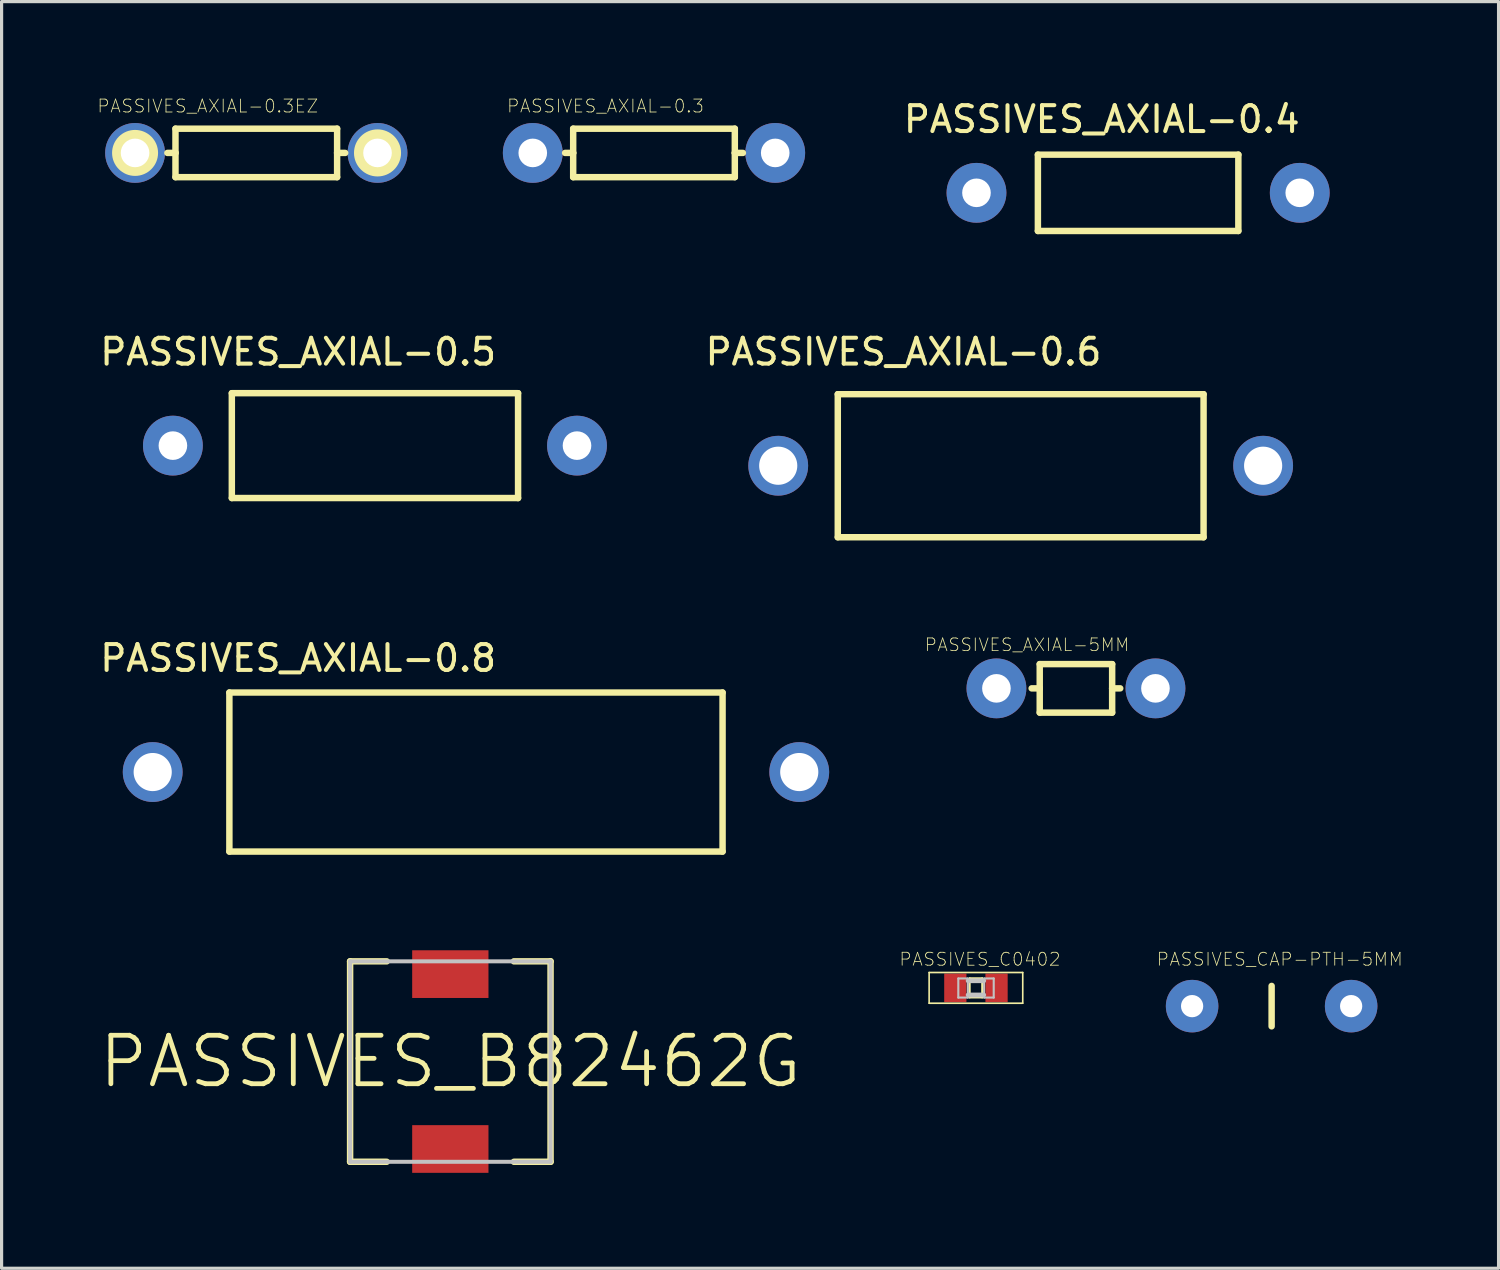
<source format=kicad_pcb>
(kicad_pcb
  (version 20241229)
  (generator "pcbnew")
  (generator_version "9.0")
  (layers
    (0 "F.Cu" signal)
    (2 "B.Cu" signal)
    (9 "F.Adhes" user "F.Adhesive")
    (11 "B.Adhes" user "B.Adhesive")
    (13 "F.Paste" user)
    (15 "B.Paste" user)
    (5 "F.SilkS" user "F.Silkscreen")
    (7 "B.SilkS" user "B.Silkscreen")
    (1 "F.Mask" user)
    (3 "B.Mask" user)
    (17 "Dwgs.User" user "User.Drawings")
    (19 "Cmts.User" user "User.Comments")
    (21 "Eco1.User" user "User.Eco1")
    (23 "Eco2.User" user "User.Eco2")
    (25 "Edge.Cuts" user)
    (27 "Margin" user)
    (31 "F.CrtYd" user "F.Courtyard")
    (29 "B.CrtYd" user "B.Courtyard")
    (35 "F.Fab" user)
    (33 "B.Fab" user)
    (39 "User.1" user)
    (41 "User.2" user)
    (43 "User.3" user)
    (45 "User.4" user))
  (footprint "PASSIVES_AXIAL-0.8"
    (layer "F.Cu")
    (at 11.909 21.214)
    (property "Reference" "PASSIVES_AXIAL-0.8" (at -5.588 -3.579 0) (layer "F.SilkS") (effects (font (size 0.813 0.813) (thickness 0.127))))
    (attr exclude_from_pos_files exclude_from_bom)
    (fp_line (start -7.75 -2.499) (end 7.75 -2.499) (stroke (width 0.203) (type solid)) (layer "F.SilkS"))
    (fp_line (start -7.75 2.499) (end -7.75 -2.499) (stroke (width 0.203) (type solid)) (layer "F.SilkS"))
    (fp_line (start 7.75 -2.499) (end 7.75 2.499) (stroke (width 0.203) (type solid)) (layer "F.SilkS"))
    (fp_line (start 7.75 2.499) (end -7.75 2.499) (stroke (width 0.203) (type solid)) (layer "F.SilkS"))
    (pad "P$1" thru_hole circle (at -10.16 0) (size 1.88 1.88) (drill 1.199) (layers "*.Cu" "*.Paste" "*.Mask"))
    (pad "P$2" thru_hole circle (at 10.16 0) (size 1.88 1.88) (drill 1.199) (layers "*.Cu" "*.Paste" "*.Mask")))
  (footprint "PASSIVES_B82462G"
    (layer "F.Cu")
    (at 11.103 30.313)
    (property "Reference" "PASSIVES_B82462G" (at 0 0 0) (layer "F.SilkS") (effects (font (size 1.524 1.524) (thickness 0.15))))
    (attr smd)
    (fp_line (start -3.15 -3.15) (end -3.15 3.15) (stroke (width 0.203) (type solid)) (layer "F.SilkS"))
    (fp_line (start -3.15 -3.15) (end -1.999 -3.15) (stroke (width 0.203) (type solid)) (layer "F.SilkS"))
    (fp_line (start -3.15 3.15) (end -1.999 3.15) (stroke (width 0.203) (type solid)) (layer "F.SilkS"))
    (fp_line (start 1.999 3.15) (end 3.15 3.15) (stroke (width 0.203) (type solid)) (layer "F.SilkS"))
    (fp_line (start 3.15 -3.15) (end 1.999 -3.15) (stroke (width 0.203) (type solid)) (layer "F.SilkS"))
    (fp_line (start 3.15 3.15) (end 3.15 -3.15) (stroke (width 0.203) (type solid)) (layer "F.SilkS"))
    (fp_line (start -3.15 -3.15) (end -3.15 3.15) (stroke (width 0.127) (type solid)) (layer "Dwgs.User"))
    (fp_line (start -3.15 3.15) (end 3.15 3.15) (stroke (width 0.127) (type solid)) (layer "Dwgs.User"))
    (fp_line (start 3.15 -3.15) (end -3.15 -3.15) (stroke (width 0.127) (type solid)) (layer "Dwgs.User"))
    (fp_line (start 3.15 3.15) (end 3.15 -3.15) (stroke (width 0.127) (type solid)) (layer "Dwgs.User"))
    (pad "P$1" smd rect (at 0 -2.748) (size 2.398 1.499) (layers "F.Cu" "F.Mask" "F.Paste"))
    (pad "P$2" smd rect (at 0 2.748) (size 2.398 1.499) (layers "F.Cu" "F.Mask" "F.Paste")))
  (footprint "PASSIVES_C0402"
    (layer "F.Cu")
    (at 27.622 27.997)
    (property "Reference" "PASSIVES_C0402" (at 0.127 -0.899 0) (layer "F.SilkS") (effects (font (size 0.406 0.406) (thickness 0.025))))
    (attr smd)
    (fp_line (start -1.471 -0.483) (end 1.471 -0.483) (stroke (width 0.051) (type solid)) (layer "F.SilkS"))
    (fp_line (start -1.471 0.483) (end -1.471 -0.483) (stroke (width 0.051) (type solid)) (layer "F.SilkS"))
    (fp_line (start -0.198 -0.3) (end 0.198 -0.3) (stroke (width 0.066) (type solid)) (layer "F.SilkS"))
    (fp_line (start -0.198 0.3) (end -0.198 -0.3) (stroke (width 0.066) (type solid)) (layer "F.SilkS"))
    (fp_line (start -0.198 0.3) (end 0.198 0.3) (stroke (width 0.066) (type solid)) (layer "F.SilkS"))
    (fp_line (start 0.198 0.3) (end 0.198 -0.3) (stroke (width 0.066) (type solid)) (layer "F.SilkS"))
    (fp_line (start 1.471 -0.483) (end 1.471 0.483) (stroke (width 0.051) (type solid)) (layer "F.SilkS"))
    (fp_line (start 1.471 0.483) (end -1.471 0.483) (stroke (width 0.051) (type solid)) (layer "F.SilkS"))
    (fp_line (start -0.554 -0.295) (end -0.254 -0.295) (stroke (width 0.066) (type solid)) (layer "Dwgs.User"))
    (fp_line (start -0.554 0.305) (end -0.554 -0.295) (stroke (width 0.066) (type solid)) (layer "Dwgs.User"))
    (fp_line (start -0.554 0.305) (end -0.254 0.305) (stroke (width 0.066) (type solid)) (layer "Dwgs.User"))
    (fp_line (start -0.254 0.305) (end -0.254 -0.295) (stroke (width 0.066) (type solid)) (layer "Dwgs.User"))
    (fp_line (start -0.244 -0.224) (end 0.244 -0.224) (stroke (width 0.152) (type solid)) (layer "Dwgs.User"))
    (fp_line (start 0.244 0.224) (end -0.244 0.224) (stroke (width 0.152) (type solid)) (layer "Dwgs.User"))
    (fp_line (start 0.257 -0.295) (end 0.559 -0.295) (stroke (width 0.066) (type solid)) (layer "Dwgs.User"))
    (fp_line (start 0.257 0.305) (end 0.257 -0.295) (stroke (width 0.066) (type solid)) (layer "Dwgs.User"))
    (fp_line (start 0.257 0.305) (end 0.559 0.305) (stroke (width 0.066) (type solid)) (layer "Dwgs.User"))
    (fp_line (start 0.559 0.305) (end 0.559 -0.295) (stroke (width 0.066) (type solid)) (layer "Dwgs.User"))
    (pad "1" smd rect (at -0.648 0) (size 0.699 0.899) (layers "F.Cu" "F.Mask" "F.Paste"))
    (pad "2" smd rect (at 0.648 0) (size 0.699 0.899) (layers "F.Cu" "F.Mask" "F.Paste")))
  (footprint "PASSIVES_AXIAL-0.3"
    (layer "F.Cu")
    (at 17.504 1.756)
    (property "Reference" "PASSIVES_AXIAL-0.3" (at -1.524 -1.473 0) (layer "F.SilkS") (effects (font (size 0.406 0.406) (thickness 0.025))))
    (attr exclude_from_pos_files exclude_from_bom)
    (fp_line (start -2.54 -0.762) (end 2.54 -0.762) (stroke (width 0.203) (type solid)) (layer "F.SilkS"))
    (fp_line (start -2.54 0) (end -2.794 0) (stroke (width 0.203) (type solid)) (layer "F.SilkS"))
    (fp_line (start -2.54 0) (end -2.54 -0.762) (stroke (width 0.203) (type solid)) (layer "F.SilkS"))
    (fp_line (start -2.54 0.762) (end -2.54 0) (stroke (width 0.203) (type solid)) (layer "F.SilkS"))
    (fp_line (start 2.54 -0.762) (end 2.54 0) (stroke (width 0.203) (type solid)) (layer "F.SilkS"))
    (fp_line (start 2.54 0) (end 2.54 0.762) (stroke (width 0.203) (type solid)) (layer "F.SilkS"))
    (fp_line (start 2.54 0) (end 2.794 0) (stroke (width 0.203) (type solid)) (layer "F.SilkS"))
    (fp_line (start 2.54 0.762) (end -2.54 0.762) (stroke (width 0.203) (type solid)) (layer "F.SilkS"))
    (pad "P$1" thru_hole circle (at -3.81 0) (size 1.88 1.88) (drill 0.899) (layers "*.Cu" "*.Paste" "*.Mask"))
    (pad "P$2" thru_hole circle (at 3.81 0) (size 1.88 1.88) (drill 0.899) (layers "*.Cu" "*.Paste" "*.Mask")))
  (footprint "PASSIVES_CAP-PTH-5MM"
    (layer "F.Cu")
    (at 36.915 28.571)
    (property "Reference" "PASSIVES_CAP-PTH-5MM" (at 0.254 -1.473 0) (layer "F.SilkS") (effects (font (size 0.406 0.406) (thickness 0.025))))
    (attr exclude_from_pos_files exclude_from_bom)
    (fp_line (start 0 -0.635) (end 0 0.635) (stroke (width 0.203) (type solid)) (layer "F.SilkS"))
    (pad "1" thru_hole circle (at -2.499 0) (size 1.651 1.651) (drill 0.699) (layers "*.Cu" "*.Paste" "*.Mask"))
    (pad "2" thru_hole circle (at 2.499 0) (size 1.651 1.651) (drill 0.699) (layers "*.Cu" "*.Paste" "*.Mask")))
  (footprint "PASSIVES_AXIAL-0.5"
    (layer "F.Cu")
    (at 8.734 10.955)
    (property "Reference" "PASSIVES_AXIAL-0.5" (at -2.413 -2.946 0) (layer "F.SilkS") (effects (font (size 0.813 0.813) (thickness 0.127))))
    (attr exclude_from_pos_files exclude_from_bom)
    (fp_line (start -4.498 -1.648) (end 4.498 -1.648) (stroke (width 0.203) (type solid)) (layer "F.SilkS"))
    (fp_line (start -4.498 1.648) (end -4.498 -1.648) (stroke (width 0.203) (type solid)) (layer "F.SilkS"))
    (fp_line (start 4.498 -1.648) (end 4.498 1.648) (stroke (width 0.203) (type solid)) (layer "F.SilkS"))
    (fp_line (start 4.498 1.648) (end -4.498 1.648) (stroke (width 0.203) (type solid)) (layer "F.SilkS"))
    (pad "P$1" thru_hole circle (at -6.35 0) (size 1.88 1.88) (drill 0.899) (layers "*.Cu" "*.Paste" "*.Mask"))
    (pad "P$2" thru_hole circle (at 6.35 0) (size 1.88 1.88) (drill 0.899) (layers "*.Cu" "*.Paste" "*.Mask")))
  (footprint "PASSIVES_AXIAL-0.4"
    (layer "F.Cu")
    (at 32.719 3.01)
    (property "Reference" "PASSIVES_AXIAL-0.4" (at -1.143 -2.311 0) (layer "F.SilkS") (effects (font (size 0.813 0.813) (thickness 0.127))))
    (attr exclude_from_pos_files exclude_from_bom)
    (fp_line (start -3.15 -1.199) (end 3.15 -1.199) (stroke (width 0.203) (type solid)) (layer "F.SilkS"))
    (fp_line (start -3.15 1.199) (end -3.15 -1.199) (stroke (width 0.203) (type solid)) (layer "F.SilkS"))
    (fp_line (start 3.15 -1.199) (end 3.15 1.199) (stroke (width 0.203) (type solid)) (layer "F.SilkS"))
    (fp_line (start 3.15 1.199) (end -3.15 1.199) (stroke (width 0.203) (type solid)) (layer "F.SilkS"))
    (pad "P$1" thru_hole circle (at -5.08 0) (size 1.88 1.88) (drill 0.899) (layers "*.Cu" "*.Paste" "*.Mask"))
    (pad "P$2" thru_hole circle (at 5.08 0) (size 1.88 1.88) (drill 0.899) (layers "*.Cu" "*.Paste" "*.Mask")))
  (footprint "PASSIVES_AXIAL-5MM"
    (layer "F.Cu")
    (at 30.765 18.584)
    (property "Reference" "PASSIVES_AXIAL-5MM" (at -1.539 -1.369 0) (layer "F.SilkS") (effects (font (size 0.399 0.399) (thickness 0.025))))
    (attr exclude_from_pos_files exclude_from_bom)
    (fp_line (start -1.138 -0.762) (end 1.138 -0.762) (stroke (width 0.203) (type solid)) (layer "F.SilkS"))
    (fp_line (start -1.138 0) (end -1.392 0) (stroke (width 0.203) (type solid)) (layer "F.SilkS"))
    (fp_line (start -1.138 0) (end -1.138 -0.762) (stroke (width 0.203) (type solid)) (layer "F.SilkS"))
    (fp_line (start -1.138 0.762) (end -1.138 0) (stroke (width 0.203) (type solid)) (layer "F.SilkS"))
    (fp_line (start 1.138 -0.762) (end 1.138 0) (stroke (width 0.203) (type solid)) (layer "F.SilkS"))
    (fp_line (start 1.138 0) (end 1.138 0.762) (stroke (width 0.203) (type solid)) (layer "F.SilkS"))
    (fp_line (start 1.138 0) (end 1.392 0) (stroke (width 0.203) (type solid)) (layer "F.SilkS"))
    (fp_line (start 1.138 0.762) (end -1.138 0.762) (stroke (width 0.203) (type solid)) (layer "F.SilkS"))
    (pad "P$1" thru_hole circle (at -2.499 0) (size 1.88 1.88) (drill 0.899) (layers "*.Cu" "*.Paste" "*.Mask"))
    (pad "P$2" thru_hole circle (at 2.499 0) (size 1.88 1.88) (drill 0.899) (layers "*.Cu" "*.Paste" "*.Mask")))
  (footprint "PASSIVES_AXIAL-0.6"
    (layer "F.Cu")
    (at 29.028 11.587)
    (property "Reference" "PASSIVES_AXIAL-0.6" (at -3.683 -3.579 0) (layer "F.SilkS") (effects (font (size 0.813 0.813) (thickness 0.127))))
    (attr exclude_from_pos_files exclude_from_bom)
    (fp_line (start -5.748 -2.248) (end 5.748 -2.248) (stroke (width 0.203) (type solid)) (layer "F.SilkS"))
    (fp_line (start -5.748 2.248) (end -5.748 -2.248) (stroke (width 0.203) (type solid)) (layer "F.SilkS"))
    (fp_line (start 5.748 -2.248) (end 5.748 2.248) (stroke (width 0.203) (type solid)) (layer "F.SilkS"))
    (fp_line (start 5.748 2.248) (end -5.748 2.248) (stroke (width 0.203) (type solid)) (layer "F.SilkS"))
    (pad "P$1" thru_hole circle (at -7.62 0) (size 1.88 1.88) (drill 1.199) (layers "*.Cu" "*.Paste" "*.Mask"))
    (pad "P$2" thru_hole circle (at 7.62 0) (size 1.88 1.88) (drill 1.199) (layers "*.Cu" "*.Paste" "*.Mask")))
  (footprint "PASSIVES_AXIAL-0.3EZ"
    (layer "F.Cu")
    (at 5.005 1.756)
    (property "Reference" "PASSIVES_AXIAL-0.3EZ" (at -1.524 -1.473 0) (layer "F.SilkS") (effects (font (size 0.406 0.406) (thickness 0.025))))
    (attr exclude_from_pos_files exclude_from_bom)
    (fp_line (start -2.54 -0.762) (end 2.54 -0.762) (stroke (width 0.203) (type solid)) (layer "F.SilkS"))
    (fp_line (start -2.54 0) (end -2.794 0) (stroke (width 0.203) (type solid)) (layer "F.SilkS"))
    (fp_line (start -2.54 0) (end -2.54 -0.762) (stroke (width 0.203) (type solid)) (layer "F.SilkS"))
    (fp_line (start -2.54 0.762) (end -2.54 0) (stroke (width 0.203) (type solid)) (layer "F.SilkS"))
    (fp_line (start 2.54 -0.762) (end 2.54 0) (stroke (width 0.203) (type solid)) (layer "F.SilkS"))
    (fp_line (start 2.54 0) (end 2.54 0.762) (stroke (width 0.203) (type solid)) (layer "F.SilkS"))
    (fp_line (start 2.54 0) (end 2.794 0) (stroke (width 0.203) (type solid)) (layer "F.SilkS"))
    (fp_line (start 2.54 0.762) (end -2.54 0.762) (stroke (width 0.203) (type solid)) (layer "F.SilkS"))
    (fp_circle (center -3.81 0) (end -4.321 0.511) (stroke (width 0) (type solid)) (fill yes) (layer "F.SilkS"))
    (fp_circle (center -3.81 0) (end -4.064 0.254) (stroke (width 0) (type solid)) (fill yes) (layer "F.SilkS"))
    (fp_circle (center 3.81 0) (end 4.072 0.262) (stroke (width 0) (type solid)) (fill yes) (layer "F.SilkS"))
    (fp_circle (center 3.81 0) (end 4.333 0.523) (stroke (width 0) (type solid)) (fill yes) (layer "F.SilkS"))
    (pad "P$1" thru_hole circle (at -3.81 0) (size 1.88 1.88) (drill 0.899) (layers "*.Cu" "*.Paste" "*.Mask"))
    (pad "P$2" thru_hole circle (at 3.81 0) (size 1.88 1.88) (drill 0.899) (layers "*.Cu" "*.Paste" "*.Mask")))
  (gr_rect
    (start -3 -3)
    (end 44.047 36.81)
    (stroke (width 0.1) (type default))
    (fill no)
    (layer "Edge.Cuts")))
</source>
